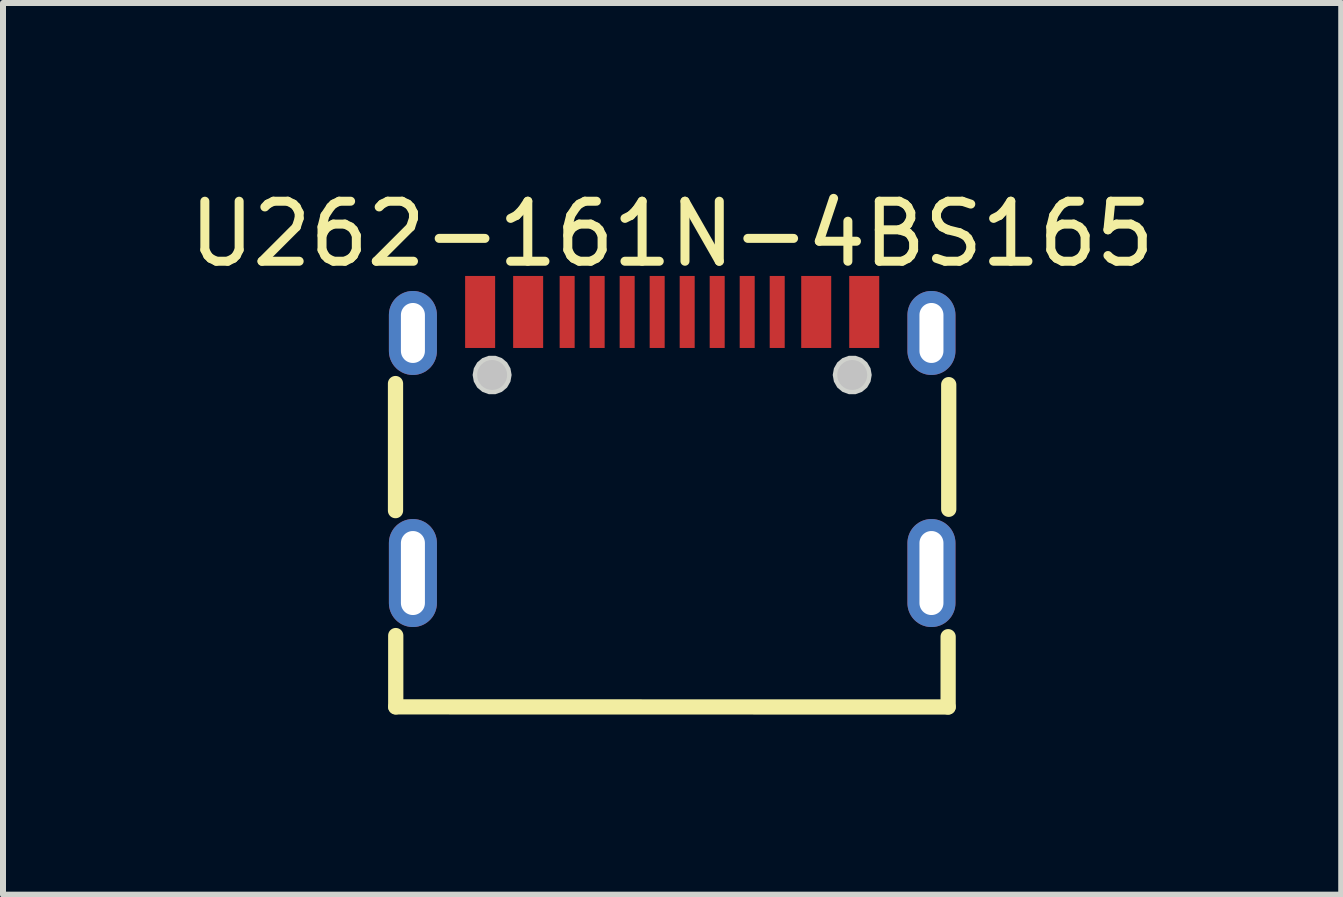
<source format=kicad_pcb>
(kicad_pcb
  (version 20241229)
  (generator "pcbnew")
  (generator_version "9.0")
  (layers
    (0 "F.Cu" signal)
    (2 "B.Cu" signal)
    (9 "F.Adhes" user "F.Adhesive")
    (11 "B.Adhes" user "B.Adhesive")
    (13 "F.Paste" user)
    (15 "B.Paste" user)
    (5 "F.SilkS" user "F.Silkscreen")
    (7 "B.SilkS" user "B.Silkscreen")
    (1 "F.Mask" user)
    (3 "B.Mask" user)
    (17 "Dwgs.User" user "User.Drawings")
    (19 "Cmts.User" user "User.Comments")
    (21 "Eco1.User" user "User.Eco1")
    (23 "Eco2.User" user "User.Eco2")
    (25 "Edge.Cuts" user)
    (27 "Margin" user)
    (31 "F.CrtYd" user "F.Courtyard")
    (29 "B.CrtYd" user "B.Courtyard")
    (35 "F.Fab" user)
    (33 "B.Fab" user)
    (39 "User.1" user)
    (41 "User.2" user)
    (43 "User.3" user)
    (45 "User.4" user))
  (footprint "U262-161N-4BS165"
    (layer "F.Cu")
    (at 8.15 4.323)
    (property "Reference" "U262-161N-4BS165" (at -0.001 -3.475 0) (layer "F.SilkS") (effects (font (size 1 1) (thickness 0.15))))
    (fp_line (start -4.61 1.135) (end -4.61 -0.982) (stroke (width 0.254) (type default)) (layer "F.SilkS"))
    (fp_line (start -4.606 4.405) (end -4.606 3.217) (stroke (width 0.254) (type default)) (layer "F.SilkS"))
    (fp_line (start 4.598 3.236) (end 4.598 4.407) (stroke (width 0.254) (type default)) (layer "F.SilkS"))
    (fp_line (start 4.598 4.407) (end -4.606 4.405) (stroke (width 0.254) (type default)) (layer "F.SilkS"))
    (fp_line (start 4.608 -0.964) (end 4.608 1.113) (stroke (width 0.254) (type default)) (layer "F.SilkS"))
    (fp_poly (pts (xy -2.95 -1.575) (xy -2.95 -2.775) (xy -3.45 -2.775) (xy -3.45 -1.575)) (stroke (width 0) (type default)) (fill yes) (layer "F.Paste"))
    (fp_poly (pts (xy -2.65 -2.775) (xy -2.65 -1.575) (xy -2.15 -1.575) (xy -2.15 -2.775)) (stroke (width 0) (type default)) (fill yes) (layer "F.Paste"))
    (fp_poly (pts (xy -1.875 -2.775) (xy -1.875 -1.575) (xy -1.625 -1.575) (xy -1.625 -2.775)) (stroke (width 0) (type default)) (fill yes) (layer "F.Paste"))
    (fp_poly (pts (xy -1.375 -2.775) (xy -1.375 -1.575) (xy -1.125 -1.575) (xy -1.125 -2.775)) (stroke (width 0) (type default)) (fill yes) (layer "F.Paste"))
    (fp_poly (pts (xy -0.625 -1.575) (xy -0.625 -2.775) (xy -0.875 -2.775) (xy -0.875 -1.575)) (stroke (width 0) (type default)) (fill yes) (layer "F.Paste"))
    (fp_poly (pts (xy -0.125 -1.575) (xy -0.125 -2.775) (xy -0.375 -2.775) (xy -0.375 -1.575)) (stroke (width 0) (type default)) (fill yes) (layer "F.Paste"))
    (fp_poly (pts (xy 0.375 -1.575) (xy 0.375 -2.775) (xy 0.125 -2.775) (xy 0.125 -1.575)) (stroke (width 0) (type default)) (fill yes) (layer "F.Paste"))
    (fp_poly (pts (xy 0.875 -1.575) (xy 0.875 -2.775) (xy 0.625 -2.775) (xy 0.625 -1.575)) (stroke (width 0) (type default)) (fill yes) (layer "F.Paste"))
    (fp_poly (pts (xy 1.375 -1.575) (xy 1.375 -2.775) (xy 1.125 -2.775) (xy 1.125 -1.575)) (stroke (width 0) (type default)) (fill yes) (layer "F.Paste"))
    (fp_poly (pts (xy 1.875 -1.575) (xy 1.875 -2.775) (xy 1.625 -2.775) (xy 1.625 -1.575)) (stroke (width 0) (type default)) (fill yes) (layer "F.Paste"))
    (fp_poly (pts (xy 2.15 -2.775) (xy 2.15 -1.575) (xy 2.65 -1.575) (xy 2.65 -2.775)) (stroke (width 0) (type default)) (fill yes) (layer "F.Paste"))
    (fp_poly (pts (xy 3.45 -1.575) (xy 3.45 -2.775) (xy 2.95 -2.775) (xy 2.95 -1.575)) (stroke (width 0) (type default)) (fill yes) (layer "F.Paste"))
    (fp_poly (pts (xy -4.33 1.275) (xy -4.35 1.276) (xy -4.37 1.278) (xy -4.389 1.281) (xy -4.409 1.285) (xy -4.428 1.29) (xy -4.447 1.296) (xy -4.466 1.302) (xy -4.484 1.31) (xy -4.503 1.319) (xy -4.52 1.329) (xy -4.537 1.339) (xy -4.553 1.35) (xy -4.569 1.363) (xy -4.585 1.375) (xy -4.599 1.389) (xy -4.613 1.403) (xy -4.627 1.418) (xy -4.639 1.433) (xy -4.651 1.45) (xy -4.662 1.466) (xy -4.671 1.484) (xy -4.681 1.502) (xy -4.689 1.52) (xy -4.696 1.538) (xy -4.702 1.557) (xy -4.707 1.577) (xy -4.712 1.596) (xy -4.715 1.615) (xy -4.718 1.635) (xy -4.72 1.655) (xy -4.72 1.675) (xy -4.72 2.675) (xy -4.72 2.695) (xy -4.718 2.715) (xy -4.715 2.735) (xy -4.712 2.754) (xy -4.707 2.773) (xy -4.702 2.793) (xy -4.696 2.812) (xy -4.689 2.83) (xy -4.681 2.849) (xy -4.671 2.866) (xy -4.662 2.884) (xy -4.651 2.901) (xy -4.639 2.917) (xy -4.627 2.932) (xy -4.613 2.947) (xy -4.599 2.962) (xy -4.585 2.975) (xy -4.569 2.987) (xy -4.553 3) (xy -4.537 3.011) (xy -4.52 3.022) (xy -4.503 3.031) (xy -4.484 3.039) (xy -4.466 3.047) (xy -4.447 3.054) (xy -4.428 3.06) (xy -4.409 3.065) (xy -4.389 3.069) (xy -4.37 3.072) (xy -4.35 3.074) (xy -4.33 3.075) (xy -4.31 3.075) (xy -4.29 3.074) (xy -4.271 3.072) (xy -4.25 3.069) (xy -4.231 3.065) (xy -4.212 3.06) (xy -4.192 3.054) (xy -4.174 3.047) (xy -4.155 3.039) (xy -4.138 3.031) (xy -4.12 3.022) (xy -4.103 3.011) (xy -4.087 3) (xy -4.071 2.987) (xy -4.056 2.975) (xy -4.04 2.962) (xy -4.027 2.947) (xy -4.013 2.932) (xy -4.001 2.917) (xy -3.99 2.901) (xy -3.978 2.884) (xy -3.969 2.866) (xy -3.959 2.849) (xy -3.951 2.83) (xy -3.944 2.812) (xy -3.938 2.793) (xy -3.933 2.773) (xy -3.928 2.754) (xy -3.925 2.735) (xy -3.922 2.715) (xy -3.921 2.695) (xy -3.92 2.675) (xy -3.92 1.675) (xy -3.921 1.655) (xy -3.922 1.635) (xy -3.925 1.615) (xy -3.928 1.596) (xy -3.933 1.577) (xy -3.938 1.557) (xy -3.944 1.538) (xy -3.951 1.52) (xy -3.959 1.502) (xy -3.969 1.484) (xy -3.978 1.466) (xy -3.99 1.45) (xy -4.001 1.433) (xy -4.013 1.418) (xy -4.027 1.403) (xy -4.04 1.389) (xy -4.056 1.375) (xy -4.071 1.363) (xy -4.087 1.35) (xy -4.103 1.339) (xy -4.12 1.329) (xy -4.138 1.319) (xy -4.155 1.31) (xy -4.174 1.302) (xy -4.192 1.296) (xy -4.212 1.29) (xy -4.231 1.285) (xy -4.25 1.281) (xy -4.271 1.278) (xy -4.29 1.276) (xy -4.31 1.275)) (stroke (width 0) (type default)) (fill yes) (layer "F.Paste"))
    (fp_poly (pts (xy -4.29 -2.524) (xy -4.31 -2.525) (xy -4.33 -2.525) (xy -4.35 -2.524) (xy -4.37 -2.522) (xy -4.389 -2.519) (xy -4.409 -2.515) (xy -4.428 -2.51) (xy -4.447 -2.504) (xy -4.466 -2.498) (xy -4.484 -2.49) (xy -4.503 -2.481) (xy -4.52 -2.471) (xy -4.537 -2.461) (xy -4.553 -2.45) (xy -4.569 -2.438) (xy -4.585 -2.425) (xy -4.599 -2.412) (xy -4.613 -2.397) (xy -4.627 -2.382) (xy -4.639 -2.366) (xy -4.651 -2.35) (xy -4.662 -2.333) (xy -4.671 -2.317) (xy -4.681 -2.299) (xy -4.689 -2.28) (xy -4.696 -2.262) (xy -4.702 -2.243) (xy -4.707 -2.224) (xy -4.712 -2.204) (xy -4.715 -2.184) (xy -4.718 -2.165) (xy -4.72 -2.145) (xy -4.72 -2.125) (xy -4.72 -1.525) (xy -4.72 -1.505) (xy -4.718 -1.485) (xy -4.715 -1.466) (xy -4.712 -1.446) (xy -4.707 -1.427) (xy -4.702 -1.407) (xy -4.696 -1.388) (xy -4.689 -1.369) (xy -4.681 -1.351) (xy -4.671 -1.333) (xy -4.662 -1.317) (xy -4.651 -1.3) (xy -4.639 -1.284) (xy -4.627 -1.268) (xy -4.613 -1.253) (xy -4.599 -1.238) (xy -4.585 -1.225) (xy -4.569 -1.212) (xy -4.553 -1.2) (xy -4.537 -1.189) (xy -4.52 -1.179) (xy -4.503 -1.169) (xy -4.484 -1.161) (xy -4.466 -1.153) (xy -4.447 -1.146) (xy -4.428 -1.14) (xy -4.409 -1.135) (xy -4.389 -1.131) (xy -4.37 -1.128) (xy -4.35 -1.126) (xy -4.33 -1.125) (xy -4.31 -1.125) (xy -4.29 -1.126) (xy -4.271 -1.128) (xy -4.25 -1.131) (xy -4.231 -1.135) (xy -4.212 -1.14) (xy -4.192 -1.146) (xy -4.174 -1.153) (xy -4.155 -1.161) (xy -4.138 -1.169) (xy -4.12 -1.179) (xy -4.103 -1.189) (xy -4.087 -1.2) (xy -4.071 -1.212) (xy -4.056 -1.225) (xy -4.04 -1.238) (xy -4.027 -1.253) (xy -4.013 -1.268) (xy -4.001 -1.284) (xy -3.99 -1.3) (xy -3.978 -1.317) (xy -3.969 -1.333) (xy -3.959 -1.351) (xy -3.951 -1.369) (xy -3.944 -1.388) (xy -3.938 -1.407) (xy -3.933 -1.427) (xy -3.928 -1.446) (xy -3.925 -1.466) (xy -3.922 -1.485) (xy -3.921 -1.505) (xy -3.92 -1.525) (xy -3.92 -2.125) (xy -3.921 -2.145) (xy -3.922 -2.165) (xy -3.925 -2.184) (xy -3.928 -2.204) (xy -3.933 -2.224) (xy -3.938 -2.243) (xy -3.944 -2.262) (xy -3.951 -2.28) (xy -3.959 -2.299) (xy -3.969 -2.317) (xy -3.978 -2.333) (xy -3.99 -2.35) (xy -4.001 -2.366) (xy -4.013 -2.382) (xy -4.027 -2.397) (xy -4.04 -2.412) (xy -4.056 -2.425) (xy -4.071 -2.438) (xy -4.087 -2.45) (xy -4.103 -2.461) (xy -4.12 -2.471) (xy -4.138 -2.481) (xy -4.155 -2.49) (xy -4.174 -2.498) (xy -4.192 -2.504) (xy -4.212 -2.51) (xy -4.231 -2.515) (xy -4.25 -2.519) (xy -4.271 -2.522)) (stroke (width 0) (type default)) (fill yes) (layer "F.Paste"))
    (fp_poly (pts (xy 4.31 -2.525) (xy 4.29 -2.524) (xy 4.271 -2.522) (xy 4.25 -2.519) (xy 4.231 -2.515) (xy 4.212 -2.51) (xy 4.192 -2.504) (xy 4.174 -2.498) (xy 4.155 -2.49) (xy 4.138 -2.481) (xy 4.12 -2.471) (xy 4.103 -2.461) (xy 4.087 -2.45) (xy 4.071 -2.438) (xy 4.056 -2.425) (xy 4.04 -2.412) (xy 4.027 -2.397) (xy 4.013 -2.382) (xy 4.001 -2.366) (xy 3.99 -2.35) (xy 3.978 -2.333) (xy 3.969 -2.317) (xy 3.959 -2.299) (xy 3.951 -2.28) (xy 3.944 -2.262) (xy 3.938 -2.243) (xy 3.933 -2.224) (xy 3.928 -2.204) (xy 3.925 -2.184) (xy 3.922 -2.165) (xy 3.921 -2.145) (xy 3.92 -2.125) (xy 3.92 -1.525) (xy 3.921 -1.505) (xy 3.922 -1.485) (xy 3.925 -1.466) (xy 3.928 -1.446) (xy 3.933 -1.427) (xy 3.938 -1.407) (xy 3.944 -1.388) (xy 3.951 -1.369) (xy 3.959 -1.351) (xy 3.969 -1.333) (xy 3.978 -1.317) (xy 3.99 -1.3) (xy 4.001 -1.284) (xy 4.013 -1.268) (xy 4.027 -1.253) (xy 4.04 -1.238) (xy 4.056 -1.225) (xy 4.071 -1.212) (xy 4.087 -1.2) (xy 4.103 -1.189) (xy 4.12 -1.179) (xy 4.138 -1.169) (xy 4.155 -1.161) (xy 4.174 -1.153) (xy 4.192 -1.146) (xy 4.212 -1.14) (xy 4.231 -1.135) (xy 4.25 -1.131) (xy 4.271 -1.128) (xy 4.29 -1.126) (xy 4.31 -1.125) (xy 4.33 -1.125) (xy 4.35 -1.126) (xy 4.37 -1.128) (xy 4.389 -1.131) (xy 4.409 -1.135) (xy 4.428 -1.14) (xy 4.447 -1.146) (xy 4.466 -1.153) (xy 4.484 -1.161) (xy 4.503 -1.169) (xy 4.52 -1.179) (xy 4.537 -1.189) (xy 4.553 -1.2) (xy 4.569 -1.212) (xy 4.585 -1.225) (xy 4.599 -1.238) (xy 4.613 -1.253) (xy 4.627 -1.268) (xy 4.639 -1.284) (xy 4.651 -1.3) (xy 4.662 -1.317) (xy 4.671 -1.333) (xy 4.681 -1.351) (xy 4.689 -1.369) (xy 4.696 -1.388) (xy 4.702 -1.407) (xy 4.707 -1.427) (xy 4.712 -1.446) (xy 4.715 -1.466) (xy 4.718 -1.485) (xy 4.72 -1.505) (xy 4.72 -1.525) (xy 4.72 -2.125) (xy 4.72 -2.145) (xy 4.718 -2.165) (xy 4.715 -2.184) (xy 4.712 -2.204) (xy 4.707 -2.224) (xy 4.702 -2.243) (xy 4.696 -2.262) (xy 4.689 -2.28) (xy 4.681 -2.299) (xy 4.671 -2.317) (xy 4.662 -2.333) (xy 4.651 -2.35) (xy 4.639 -2.366) (xy 4.627 -2.382) (xy 4.613 -2.397) (xy 4.599 -2.412) (xy 4.585 -2.425) (xy 4.569 -2.438) (xy 4.553 -2.45) (xy 4.537 -2.461) (xy 4.52 -2.471) (xy 4.503 -2.481) (xy 4.484 -2.49) (xy 4.466 -2.498) (xy 4.447 -2.504) (xy 4.428 -2.51) (xy 4.409 -2.515) (xy 4.389 -2.519) (xy 4.37 -2.522) (xy 4.35 -2.524) (xy 4.33 -2.525)) (stroke (width 0) (type default)) (fill yes) (layer "F.Paste"))
    (fp_poly (pts (xy 4.35 1.276) (xy 4.33 1.275) (xy 4.31 1.275) (xy 4.29 1.276) (xy 4.271 1.278) (xy 4.25 1.281) (xy 4.231 1.285) (xy 4.212 1.29) (xy 4.192 1.296) (xy 4.174 1.302) (xy 4.155 1.31) (xy 4.138 1.319) (xy 4.12 1.329) (xy 4.103 1.339) (xy 4.087 1.35) (xy 4.071 1.363) (xy 4.056 1.375) (xy 4.04 1.389) (xy 4.027 1.403) (xy 4.013 1.418) (xy 4.001 1.433) (xy 3.99 1.45) (xy 3.978 1.466) (xy 3.969 1.484) (xy 3.959 1.502) (xy 3.951 1.52) (xy 3.944 1.538) (xy 3.938 1.557) (xy 3.933 1.577) (xy 3.928 1.596) (xy 3.925 1.615) (xy 3.922 1.635) (xy 3.921 1.655) (xy 3.92 1.675) (xy 3.92 2.675) (xy 3.921 2.695) (xy 3.922 2.715) (xy 3.925 2.735) (xy 3.928 2.754) (xy 3.933 2.773) (xy 3.938 2.793) (xy 3.944 2.812) (xy 3.951 2.83) (xy 3.959 2.849) (xy 3.969 2.866) (xy 3.978 2.884) (xy 3.99 2.901) (xy 4.001 2.917) (xy 4.013 2.932) (xy 4.027 2.947) (xy 4.04 2.962) (xy 4.056 2.975) (xy 4.071 2.987) (xy 4.087 3) (xy 4.103 3.011) (xy 4.12 3.022) (xy 4.138 3.031) (xy 4.155 3.039) (xy 4.174 3.047) (xy 4.192 3.054) (xy 4.212 3.06) (xy 4.231 3.065) (xy 4.25 3.069) (xy 4.271 3.072) (xy 4.29 3.074) (xy 4.31 3.075) (xy 4.33 3.075) (xy 4.35 3.074) (xy 4.37 3.072) (xy 4.389 3.069) (xy 4.409 3.065) (xy 4.428 3.06) (xy 4.447 3.054) (xy 4.466 3.047) (xy 4.484 3.039) (xy 4.503 3.031) (xy 4.52 3.022) (xy 4.537 3.011) (xy 4.553 3) (xy 4.569 2.987) (xy 4.585 2.975) (xy 4.599 2.962) (xy 4.613 2.947) (xy 4.627 2.932) (xy 4.639 2.917) (xy 4.651 2.901) (xy 4.662 2.884) (xy 4.671 2.866) (xy 4.681 2.849) (xy 4.689 2.83) (xy 4.696 2.812) (xy 4.702 2.793) (xy 4.707 2.773) (xy 4.712 2.754) (xy 4.715 2.735) (xy 4.718 2.715) (xy 4.72 2.695) (xy 4.72 2.675) (xy 4.72 1.675) (xy 4.72 1.655) (xy 4.718 1.635) (xy 4.715 1.615) (xy 4.712 1.596) (xy 4.707 1.577) (xy 4.702 1.557) (xy 4.696 1.538) (xy 4.689 1.52) (xy 4.681 1.502) (xy 4.671 1.484) (xy 4.662 1.466) (xy 4.651 1.45) (xy 4.639 1.433) (xy 4.627 1.418) (xy 4.613 1.403) (xy 4.599 1.389) (xy 4.585 1.375) (xy 4.569 1.363) (xy 4.553 1.35) (xy 4.537 1.339) (xy 4.52 1.329) (xy 4.503 1.319) (xy 4.484 1.31) (xy 4.466 1.302) (xy 4.447 1.296) (xy 4.428 1.29) (xy 4.409 1.285) (xy 4.389 1.281) (xy 4.37 1.278)) (stroke (width 0) (type default)) (fill yes) (layer "F.Paste"))
    (fp_circle (center -3 -1.125) (end -2.875 -1.125) (stroke (width 0.25) (type default)) (fill no) (layer "Dwgs.User"))
    (fp_circle (center 3 -1.125) (end 3.125 -1.125) (stroke (width 0.25) (type default)) (fill no) (layer "Dwgs.User"))
    (fp_poly (pts (xy -2.675 -1.125) (xy -2.695 -1.236) (xy -2.751 -1.334) (xy -2.837 -1.406) (xy -2.944 -1.445) (xy -3.056 -1.445) (xy -3.163 -1.406) (xy -3.249 -1.334) (xy -3.305 -1.236) (xy -3.325 -1.125) (xy -3.305 -1.014) (xy -3.249 -0.916) (xy -3.163 -0.844) (xy -3.056 -0.805) (xy -2.944 -0.805) (xy -2.837 -0.844) (xy -2.751 -0.916) (xy -2.695 -1.014)) (stroke (width 0) (type default)) (fill yes) (layer "Edge.Cuts"))
    (fp_poly (pts (xy 3.325 -1.125) (xy 3.305 -1.236) (xy 3.249 -1.334) (xy 3.163 -1.406) (xy 3.056 -1.445) (xy 2.944 -1.445) (xy 2.837 -1.406) (xy 2.751 -1.334) (xy 2.695 -1.236) (xy 2.675 -1.125) (xy 2.695 -1.014) (xy 2.751 -0.916) (xy 2.837 -0.844) (xy 2.944 -0.805) (xy 3.056 -0.805) (xy 3.163 -0.844) (xy 3.249 -0.916) (xy 3.305 -1.014)) (stroke (width 0) (type default)) (fill yes) (layer "Edge.Cuts"))
    (fp_poly (pts (xy -4.47 -2.225) (xy -4.17 -2.225) (xy -4.17 -1.425) (xy -4.47 -1.425)) (stroke (width 0.1) (type default)) (fill no) (layer "User.1"))
    (fp_poly (pts (xy -4.47 1.575) (xy -4.17 1.575) (xy -4.17 2.775) (xy -4.47 2.775)) (stroke (width 0.1) (type default)) (fill no) (layer "User.1"))
    (fp_poly (pts (xy -3.41 -2.575) (xy -2.99 -2.575) (xy -2.99 -1.775) (xy -3.41 -1.775)) (stroke (width 0.1) (type default)) (fill no) (layer "User.1"))
    (fp_poly (pts (xy -2.61 -2.575) (xy -2.19 -2.575) (xy -2.19 -1.775) (xy -2.61 -1.775)) (stroke (width 0.1) (type default)) (fill no) (layer "User.1"))
    (fp_poly (pts (xy -1.85 -2.575) (xy -1.65 -2.575) (xy -1.65 -1.775) (xy -1.85 -1.775)) (stroke (width 0.1) (type default)) (fill no) (layer "User.1"))
    (fp_poly (pts (xy -1.35 -2.575) (xy -1.15 -2.575) (xy -1.15 -1.775) (xy -1.35 -1.775)) (stroke (width 0.1) (type default)) (fill no) (layer "User.1"))
    (fp_poly (pts (xy -0.85 -2.575) (xy -0.65 -2.575) (xy -0.65 -1.775) (xy -0.85 -1.775)) (stroke (width 0.1) (type default)) (fill no) (layer "User.1"))
    (fp_poly (pts (xy -0.35 -2.575) (xy -0.15 -2.575) (xy -0.15 -1.775) (xy -0.35 -1.775)) (stroke (width 0.1) (type default)) (fill no) (layer "User.1"))
    (fp_poly (pts (xy 0.15 -2.575) (xy 0.35 -2.575) (xy 0.35 -1.775) (xy 0.15 -1.775)) (stroke (width 0.1) (type default)) (fill no) (layer "User.1"))
    (fp_poly (pts (xy 0.65 -2.575) (xy 0.85 -2.575) (xy 0.85 -1.775) (xy 0.65 -1.775)) (stroke (width 0.1) (type default)) (fill no) (layer "User.1"))
    (fp_poly (pts (xy 1.15 -2.575) (xy 1.35 -2.575) (xy 1.35 -1.775) (xy 1.15 -1.775)) (stroke (width 0.1) (type default)) (fill no) (layer "User.1"))
    (fp_poly (pts (xy 1.65 -2.575) (xy 1.85 -2.575) (xy 1.85 -1.775) (xy 1.65 -1.775)) (stroke (width 0.1) (type default)) (fill no) (layer "User.1"))
    (fp_poly (pts (xy 2.19 -2.575) (xy 2.61 -2.575) (xy 2.61 -1.775) (xy 2.19 -1.775)) (stroke (width 0.1) (type default)) (fill no) (layer "User.1"))
    (fp_poly (pts (xy 2.99 -2.575) (xy 3.41 -2.575) (xy 3.41 -1.775) (xy 2.99 -1.775)) (stroke (width 0.1) (type default)) (fill no) (layer "User.1"))
    (fp_poly (pts (xy 4.17 -2.225) (xy 4.47 -2.225) (xy 4.47 -1.425) (xy 4.17 -1.425)) (stroke (width 0.1) (type default)) (fill no) (layer "User.1"))
    (fp_poly (pts (xy 4.17 1.575) (xy 4.47 1.575) (xy 4.47 2.775) (xy 4.17 2.775)) (stroke (width 0.1) (type default)) (fill no) (layer "User.1"))
    (fp_line (start -4.47 -2.225) (end 4.47 -2.225) (stroke (width 0.051) (type default)) (layer "User.2"))
    (fp_line (start -4.47 4.275) (end -4.47 -2.225) (stroke (width 0.051) (type default)) (layer "User.2"))
    (fp_line (start 4.47 -2.225) (end 4.47 4.275) (stroke (width 0.051) (type default)) (layer "User.2"))
    (fp_line (start 4.47 4.275) (end -4.47 4.275) (stroke (width 0.051) (type default)) (layer "User.2"))
    (fp_poly (pts (xy -4.41 -2.575) (xy -4.428 -2.617) (xy -4.47 -2.635) (xy -4.512 -2.617) (xy -4.53 -2.575) (xy -4.512 -2.533) (xy -4.47 -2.515) (xy -4.428 -2.533)) (stroke (width 0.1) (type default)) (fill no) (layer "User.3"))
    (pad "1" smd rect (at -3.2 -2.175) (size 0.5 1.2) (layers "F.Cu" "F.Mask" "F.Paste"))
    (pad "2" smd rect (at -2.4 -2.175) (size 0.5 1.2) (layers "F.Cu" "F.Mask" "F.Paste"))
    (pad "3" smd rect (at -1.75 -2.175) (size 0.25 1.2) (layers "F.Cu" "F.Mask" "F.Paste"))
    (pad "4" smd rect (at -1.25 -2.175) (size 0.25 1.2) (layers "F.Cu" "F.Mask" "F.Paste"))
    (pad "5" smd rect (at -0.75 -2.175) (size 0.25 1.2) (layers "F.Cu" "F.Mask" "F.Paste"))
    (pad "6" smd rect (at -0.25 -2.175) (size 0.25 1.2) (layers "F.Cu" "F.Mask" "F.Paste"))
    (pad "7" smd rect (at 0.25 -2.175) (size 0.25 1.2) (layers "F.Cu" "F.Mask" "F.Paste"))
    (pad "8" smd rect (at 0.75 -2.175) (size 0.25 1.2) (layers "F.Cu" "F.Mask" "F.Paste"))
    (pad "9" smd rect (at 1.25 -2.175) (size 0.25 1.2) (layers "F.Cu" "F.Mask" "F.Paste"))
    (pad "10" smd rect (at 1.75 -2.175) (size 0.25 1.2) (layers "F.Cu" "F.Mask" "F.Paste"))
    (pad "11" smd rect (at 2.4 -2.175) (size 0.5 1.2) (layers "F.Cu" "F.Mask" "F.Paste"))
    (pad "12" smd rect (at 3.2 -2.175) (size 0.5 1.2) (layers "F.Cu" "F.Mask" "F.Paste"))
    (pad "13" thru_hole oval (at 4.32 -1.825) (size 0.8 1.4) (drill oval 0.4 1) (layers "*.Cu" "*.Mask"))
    (pad "14" thru_hole oval (at 4.32 2.175) (size 0.8 1.8) (drill oval 0.4 1.4) (layers "*.Cu" "*.Mask"))
    (pad "15" thru_hole oval (at -4.32 2.175) (size 0.8 1.8) (drill oval 0.4 1.4) (layers "*.Cu" "*.Mask"))
    (pad "16" thru_hole oval (at -4.32 -1.825) (size 0.8 1.4) (drill oval 0.4 1) (layers "*.Cu" "*.Mask")))
  (gr_rect
    (start -3 -3)
    (end 19.298 11.857)
    (stroke (width 0.1) (type default))
    (fill no)
    (layer "Edge.Cuts")))
</source>
